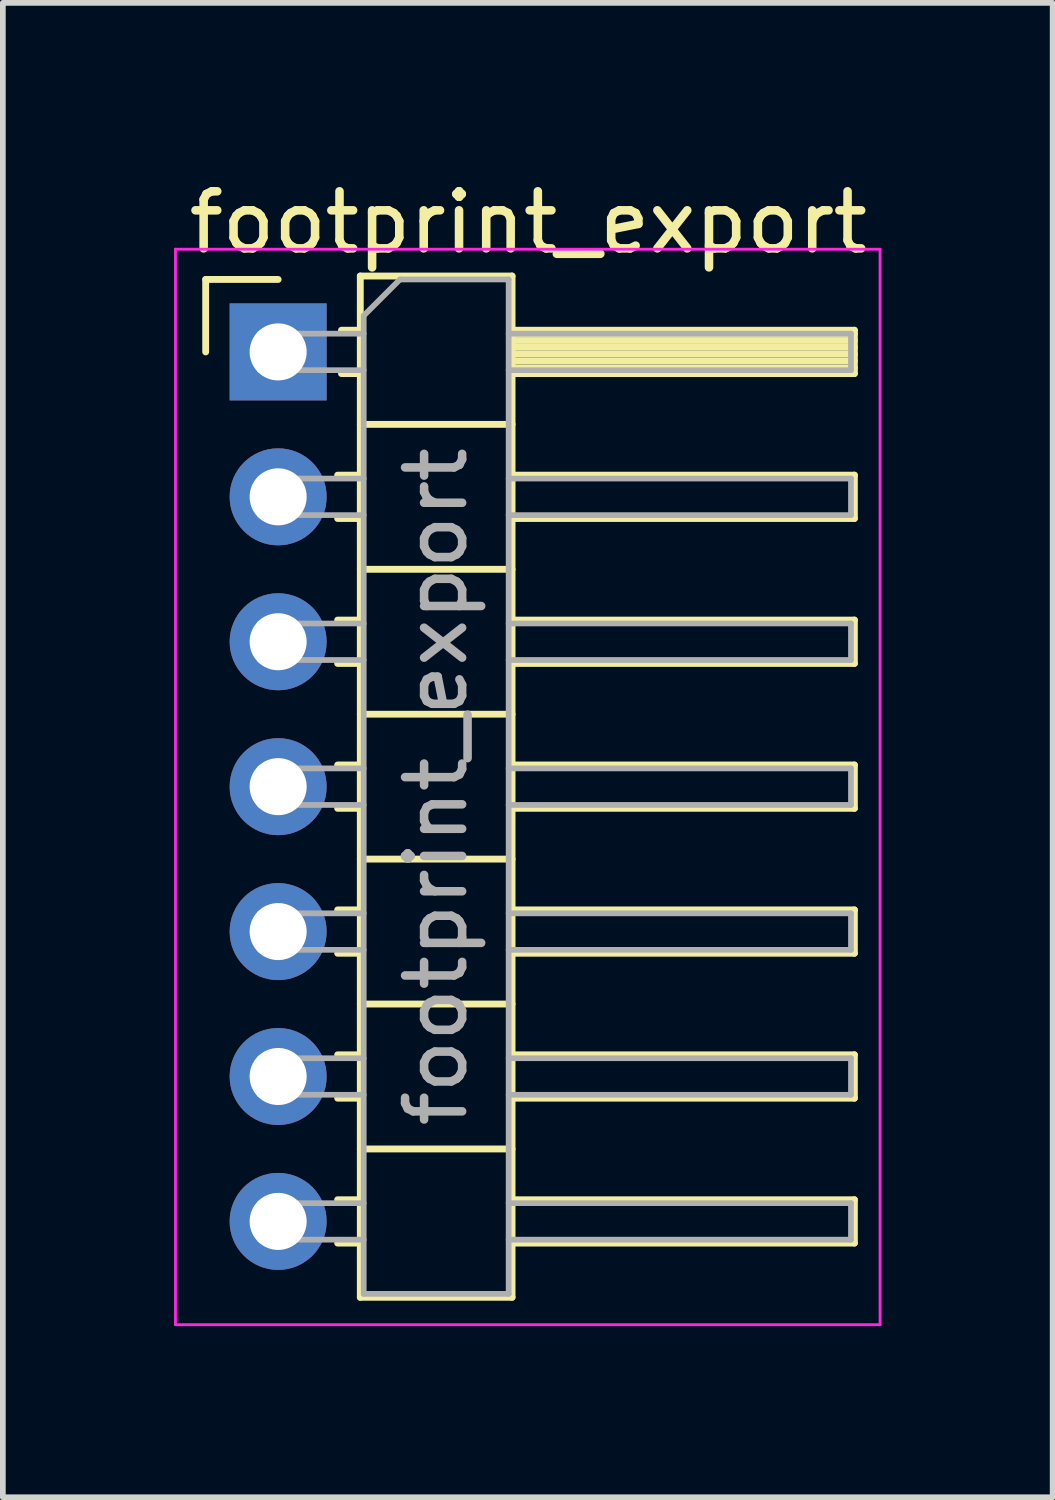
<source format=kicad_pcb>
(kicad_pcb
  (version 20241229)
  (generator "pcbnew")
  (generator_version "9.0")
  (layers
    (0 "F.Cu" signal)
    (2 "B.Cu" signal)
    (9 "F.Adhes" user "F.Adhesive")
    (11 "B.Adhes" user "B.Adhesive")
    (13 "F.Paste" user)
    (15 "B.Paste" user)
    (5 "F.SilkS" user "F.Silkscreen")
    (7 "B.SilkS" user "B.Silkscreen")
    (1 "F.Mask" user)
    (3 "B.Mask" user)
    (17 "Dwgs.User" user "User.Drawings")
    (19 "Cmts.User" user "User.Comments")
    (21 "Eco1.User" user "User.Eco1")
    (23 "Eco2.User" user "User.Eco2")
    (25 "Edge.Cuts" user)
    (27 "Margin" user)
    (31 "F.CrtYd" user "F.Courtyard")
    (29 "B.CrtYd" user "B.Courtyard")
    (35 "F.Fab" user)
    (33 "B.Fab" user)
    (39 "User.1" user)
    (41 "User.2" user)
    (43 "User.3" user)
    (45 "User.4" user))
  (footprint "footprint_export"
    (layer "F.Cu")
    (at 1.825 3.118)
    (property "Reference" "footprint_export" (at 4.385 -2.27 0) (layer "F.SilkS") (effects (font (size 1 1) (thickness 0.15))))
    (attr through_hole)
    (fp_line (start -1.27 -1.27) (end 0 -1.27) (stroke (width 0.12) (type solid)) (layer "F.SilkS"))
    (fp_line (start -1.27 0) (end -1.27 -1.27) (stroke (width 0.12) (type solid)) (layer "F.SilkS"))
    (fp_line (start 1.043 2.16) (end 1.44 2.16) (stroke (width 0.12) (type solid)) (layer "F.SilkS"))
    (fp_line (start 1.043 2.92) (end 1.44 2.92) (stroke (width 0.12) (type solid)) (layer "F.SilkS"))
    (fp_line (start 1.043 4.7) (end 1.44 4.7) (stroke (width 0.12) (type solid)) (layer "F.SilkS"))
    (fp_line (start 1.043 5.46) (end 1.44 5.46) (stroke (width 0.12) (type solid)) (layer "F.SilkS"))
    (fp_line (start 1.043 7.24) (end 1.44 7.24) (stroke (width 0.12) (type solid)) (layer "F.SilkS"))
    (fp_line (start 1.043 8) (end 1.44 8) (stroke (width 0.12) (type solid)) (layer "F.SilkS"))
    (fp_line (start 1.043 9.78) (end 1.44 9.78) (stroke (width 0.12) (type solid)) (layer "F.SilkS"))
    (fp_line (start 1.043 10.54) (end 1.44 10.54) (stroke (width 0.12) (type solid)) (layer "F.SilkS"))
    (fp_line (start 1.043 12.32) (end 1.44 12.32) (stroke (width 0.12) (type solid)) (layer "F.SilkS"))
    (fp_line (start 1.043 13.08) (end 1.44 13.08) (stroke (width 0.12) (type solid)) (layer "F.SilkS"))
    (fp_line (start 1.043 14.86) (end 1.44 14.86) (stroke (width 0.12) (type solid)) (layer "F.SilkS"))
    (fp_line (start 1.043 15.62) (end 1.44 15.62) (stroke (width 0.12) (type solid)) (layer "F.SilkS"))
    (fp_line (start 1.11 -0.38) (end 1.44 -0.38) (stroke (width 0.12) (type solid)) (layer "F.SilkS"))
    (fp_line (start 1.11 0.38) (end 1.44 0.38) (stroke (width 0.12) (type solid)) (layer "F.SilkS"))
    (fp_line (start 1.44 -1.33) (end 1.44 16.57) (stroke (width 0.12) (type solid)) (layer "F.SilkS"))
    (fp_line (start 1.44 1.27) (end 4.1 1.27) (stroke (width 0.12) (type solid)) (layer "F.SilkS"))
    (fp_line (start 1.44 3.81) (end 4.1 3.81) (stroke (width 0.12) (type solid)) (layer "F.SilkS"))
    (fp_line (start 1.44 6.35) (end 4.1 6.35) (stroke (width 0.12) (type solid)) (layer "F.SilkS"))
    (fp_line (start 1.44 8.89) (end 4.1 8.89) (stroke (width 0.12) (type solid)) (layer "F.SilkS"))
    (fp_line (start 1.44 11.43) (end 4.1 11.43) (stroke (width 0.12) (type solid)) (layer "F.SilkS"))
    (fp_line (start 1.44 13.97) (end 4.1 13.97) (stroke (width 0.12) (type solid)) (layer "F.SilkS"))
    (fp_line (start 1.44 16.57) (end 4.1 16.57) (stroke (width 0.12) (type solid)) (layer "F.SilkS"))
    (fp_line (start 4.1 -1.33) (end 1.44 -1.33) (stroke (width 0.12) (type solid)) (layer "F.SilkS"))
    (fp_line (start 4.1 -0.38) (end 10.1 -0.38) (stroke (width 0.12) (type solid)) (layer "F.SilkS"))
    (fp_line (start 4.1 -0.32) (end 10.1 -0.32) (stroke (width 0.12) (type solid)) (layer "F.SilkS"))
    (fp_line (start 4.1 -0.2) (end 10.1 -0.2) (stroke (width 0.12) (type solid)) (layer "F.SilkS"))
    (fp_line (start 4.1 -0.08) (end 10.1 -0.08) (stroke (width 0.12) (type solid)) (layer "F.SilkS"))
    (fp_line (start 4.1 0.04) (end 10.1 0.04) (stroke (width 0.12) (type solid)) (layer "F.SilkS"))
    (fp_line (start 4.1 0.16) (end 10.1 0.16) (stroke (width 0.12) (type solid)) (layer "F.SilkS"))
    (fp_line (start 4.1 0.28) (end 10.1 0.28) (stroke (width 0.12) (type solid)) (layer "F.SilkS"))
    (fp_line (start 4.1 2.16) (end 10.1 2.16) (stroke (width 0.12) (type solid)) (layer "F.SilkS"))
    (fp_line (start 4.1 4.7) (end 10.1 4.7) (stroke (width 0.12) (type solid)) (layer "F.SilkS"))
    (fp_line (start 4.1 7.24) (end 10.1 7.24) (stroke (width 0.12) (type solid)) (layer "F.SilkS"))
    (fp_line (start 4.1 9.78) (end 10.1 9.78) (stroke (width 0.12) (type solid)) (layer "F.SilkS"))
    (fp_line (start 4.1 12.32) (end 10.1 12.32) (stroke (width 0.12) (type solid)) (layer "F.SilkS"))
    (fp_line (start 4.1 14.86) (end 10.1 14.86) (stroke (width 0.12) (type solid)) (layer "F.SilkS"))
    (fp_line (start 4.1 16.57) (end 4.1 -1.33) (stroke (width 0.12) (type solid)) (layer "F.SilkS"))
    (fp_line (start 10.1 -0.38) (end 10.1 0.38) (stroke (width 0.12) (type solid)) (layer "F.SilkS"))
    (fp_line (start 10.1 0.38) (end 4.1 0.38) (stroke (width 0.12) (type solid)) (layer "F.SilkS"))
    (fp_line (start 10.1 2.16) (end 10.1 2.92) (stroke (width 0.12) (type solid)) (layer "F.SilkS"))
    (fp_line (start 10.1 2.92) (end 4.1 2.92) (stroke (width 0.12) (type solid)) (layer "F.SilkS"))
    (fp_line (start 10.1 4.7) (end 10.1 5.46) (stroke (width 0.12) (type solid)) (layer "F.SilkS"))
    (fp_line (start 10.1 5.46) (end 4.1 5.46) (stroke (width 0.12) (type solid)) (layer "F.SilkS"))
    (fp_line (start 10.1 7.24) (end 10.1 8) (stroke (width 0.12) (type solid)) (layer "F.SilkS"))
    (fp_line (start 10.1 8) (end 4.1 8) (stroke (width 0.12) (type solid)) (layer "F.SilkS"))
    (fp_line (start 10.1 9.78) (end 10.1 10.54) (stroke (width 0.12) (type solid)) (layer "F.SilkS"))
    (fp_line (start 10.1 10.54) (end 4.1 10.54) (stroke (width 0.12) (type solid)) (layer "F.SilkS"))
    (fp_line (start 10.1 12.32) (end 10.1 13.08) (stroke (width 0.12) (type solid)) (layer "F.SilkS"))
    (fp_line (start 10.1 13.08) (end 4.1 13.08) (stroke (width 0.12) (type solid)) (layer "F.SilkS"))
    (fp_line (start 10.1 14.86) (end 10.1 15.62) (stroke (width 0.12) (type solid)) (layer "F.SilkS"))
    (fp_line (start 10.1 15.62) (end 4.1 15.62) (stroke (width 0.12) (type solid)) (layer "F.SilkS"))
    (fp_line (start -1.8 -1.8) (end -1.8 17.05) (stroke (width 0.05) (type solid)) (layer "F.CrtYd"))
    (fp_line (start -1.8 17.05) (end 10.55 17.05) (stroke (width 0.05) (type solid)) (layer "F.CrtYd"))
    (fp_line (start 10.55 -1.8) (end -1.8 -1.8) (stroke (width 0.05) (type solid)) (layer "F.CrtYd"))
    (fp_line (start 10.55 17.05) (end 10.55 -1.8) (stroke (width 0.05) (type solid)) (layer "F.CrtYd"))
    (fp_line (start -0.32 -0.32) (end -0.32 0.32) (stroke (width 0.1) (type solid)) (layer "F.Fab"))
    (fp_line (start -0.32 -0.32) (end 1.5 -0.32) (stroke (width 0.1) (type solid)) (layer "F.Fab"))
    (fp_line (start -0.32 0.32) (end 1.5 0.32) (stroke (width 0.1) (type solid)) (layer "F.Fab"))
    (fp_line (start -0.32 2.22) (end -0.32 2.86) (stroke (width 0.1) (type solid)) (layer "F.Fab"))
    (fp_line (start -0.32 2.22) (end 1.5 2.22) (stroke (width 0.1) (type solid)) (layer "F.Fab"))
    (fp_line (start -0.32 2.86) (end 1.5 2.86) (stroke (width 0.1) (type solid)) (layer "F.Fab"))
    (fp_line (start -0.32 4.76) (end -0.32 5.4) (stroke (width 0.1) (type solid)) (layer "F.Fab"))
    (fp_line (start -0.32 4.76) (end 1.5 4.76) (stroke (width 0.1) (type solid)) (layer "F.Fab"))
    (fp_line (start -0.32 5.4) (end 1.5 5.4) (stroke (width 0.1) (type solid)) (layer "F.Fab"))
    (fp_line (start -0.32 7.3) (end -0.32 7.94) (stroke (width 0.1) (type solid)) (layer "F.Fab"))
    (fp_line (start -0.32 7.3) (end 1.5 7.3) (stroke (width 0.1) (type solid)) (layer "F.Fab"))
    (fp_line (start -0.32 7.94) (end 1.5 7.94) (stroke (width 0.1) (type solid)) (layer "F.Fab"))
    (fp_line (start -0.32 9.84) (end -0.32 10.48) (stroke (width 0.1) (type solid)) (layer "F.Fab"))
    (fp_line (start -0.32 9.84) (end 1.5 9.84) (stroke (width 0.1) (type solid)) (layer "F.Fab"))
    (fp_line (start -0.32 10.48) (end 1.5 10.48) (stroke (width 0.1) (type solid)) (layer "F.Fab"))
    (fp_line (start -0.32 12.38) (end -0.32 13.02) (stroke (width 0.1) (type solid)) (layer "F.Fab"))
    (fp_line (start -0.32 12.38) (end 1.5 12.38) (stroke (width 0.1) (type solid)) (layer "F.Fab"))
    (fp_line (start -0.32 13.02) (end 1.5 13.02) (stroke (width 0.1) (type solid)) (layer "F.Fab"))
    (fp_line (start -0.32 14.92) (end -0.32 15.56) (stroke (width 0.1) (type solid)) (layer "F.Fab"))
    (fp_line (start -0.32 14.92) (end 1.5 14.92) (stroke (width 0.1) (type solid)) (layer "F.Fab"))
    (fp_line (start -0.32 15.56) (end 1.5 15.56) (stroke (width 0.1) (type solid)) (layer "F.Fab"))
    (fp_line (start 1.5 -0.635) (end 2.135 -1.27) (stroke (width 0.1) (type solid)) (layer "F.Fab"))
    (fp_line (start 1.5 16.51) (end 1.5 -0.635) (stroke (width 0.1) (type solid)) (layer "F.Fab"))
    (fp_line (start 2.135 -1.27) (end 4.04 -1.27) (stroke (width 0.1) (type solid)) (layer "F.Fab"))
    (fp_line (start 4.04 -1.27) (end 4.04 16.51) (stroke (width 0.1) (type solid)) (layer "F.Fab"))
    (fp_line (start 4.04 -0.32) (end 10.04 -0.32) (stroke (width 0.1) (type solid)) (layer "F.Fab"))
    (fp_line (start 4.04 0.32) (end 10.04 0.32) (stroke (width 0.1) (type solid)) (layer "F.Fab"))
    (fp_line (start 4.04 2.22) (end 10.04 2.22) (stroke (width 0.1) (type solid)) (layer "F.Fab"))
    (fp_line (start 4.04 2.86) (end 10.04 2.86) (stroke (width 0.1) (type solid)) (layer "F.Fab"))
    (fp_line (start 4.04 4.76) (end 10.04 4.76) (stroke (width 0.1) (type solid)) (layer "F.Fab"))
    (fp_line (start 4.04 5.4) (end 10.04 5.4) (stroke (width 0.1) (type solid)) (layer "F.Fab"))
    (fp_line (start 4.04 7.3) (end 10.04 7.3) (stroke (width 0.1) (type solid)) (layer "F.Fab"))
    (fp_line (start 4.04 7.94) (end 10.04 7.94) (stroke (width 0.1) (type solid)) (layer "F.Fab"))
    (fp_line (start 4.04 9.84) (end 10.04 9.84) (stroke (width 0.1) (type solid)) (layer "F.Fab"))
    (fp_line (start 4.04 10.48) (end 10.04 10.48) (stroke (width 0.1) (type solid)) (layer "F.Fab"))
    (fp_line (start 4.04 12.38) (end 10.04 12.38) (stroke (width 0.1) (type solid)) (layer "F.Fab"))
    (fp_line (start 4.04 13.02) (end 10.04 13.02) (stroke (width 0.1) (type solid)) (layer "F.Fab"))
    (fp_line (start 4.04 14.92) (end 10.04 14.92) (stroke (width 0.1) (type solid)) (layer "F.Fab"))
    (fp_line (start 4.04 15.56) (end 10.04 15.56) (stroke (width 0.1) (type solid)) (layer "F.Fab"))
    (fp_line (start 4.04 16.51) (end 1.5 16.51) (stroke (width 0.1) (type solid)) (layer "F.Fab"))
    (fp_line (start 10.04 -0.32) (end 10.04 0.32) (stroke (width 0.1) (type solid)) (layer "F.Fab"))
    (fp_line (start 10.04 2.22) (end 10.04 2.86) (stroke (width 0.1) (type solid)) (layer "F.Fab"))
    (fp_line (start 10.04 4.76) (end 10.04 5.4) (stroke (width 0.1) (type solid)) (layer "F.Fab"))
    (fp_line (start 10.04 7.3) (end 10.04 7.94) (stroke (width 0.1) (type solid)) (layer "F.Fab"))
    (fp_line (start 10.04 9.84) (end 10.04 10.48) (stroke (width 0.1) (type solid)) (layer "F.Fab"))
    (fp_line (start 10.04 12.38) (end 10.04 13.02) (stroke (width 0.1) (type solid)) (layer "F.Fab"))
    (fp_line (start 10.04 14.92) (end 10.04 15.56) (stroke (width 0.1) (type solid)) (layer "F.Fab"))
    (fp_text user "${REFERENCE}" (at 2.77 7.62 90) (layer "F.Fab") (effects (font (size 1 1) (thickness 0.15))))
    (pad "1" thru_hole rect (at 0 0) (size 1.7 1.7) (drill 1) (layers "*.Cu" "*.Mask"))
    (pad "2" thru_hole oval (at 0 2.54) (size 1.7 1.7) (drill 1) (layers "*.Cu" "*.Mask"))
    (pad "3" thru_hole oval (at 0 5.08) (size 1.7 1.7) (drill 1) (layers "*.Cu" "*.Mask"))
    (pad "4" thru_hole oval (at 0 7.62) (size 1.7 1.7) (drill 1) (layers "*.Cu" "*.Mask"))
    (pad "5" thru_hole oval (at 0 10.16) (size 1.7 1.7) (drill 1) (layers "*.Cu" "*.Mask"))
    (pad "6" thru_hole oval (at 0 12.7) (size 1.7 1.7) (drill 1) (layers "*.Cu" "*.Mask"))
    (pad "7" thru_hole oval (at 0 15.24) (size 1.7 1.7) (drill 1) (layers "*.Cu" "*.Mask")))
  (gr_rect
    (start -3 -3)
    (end 15.4 23.193)
    (stroke (width 0.1) (type default))
    (fill no)
    (layer "Edge.Cuts")))
</source>
